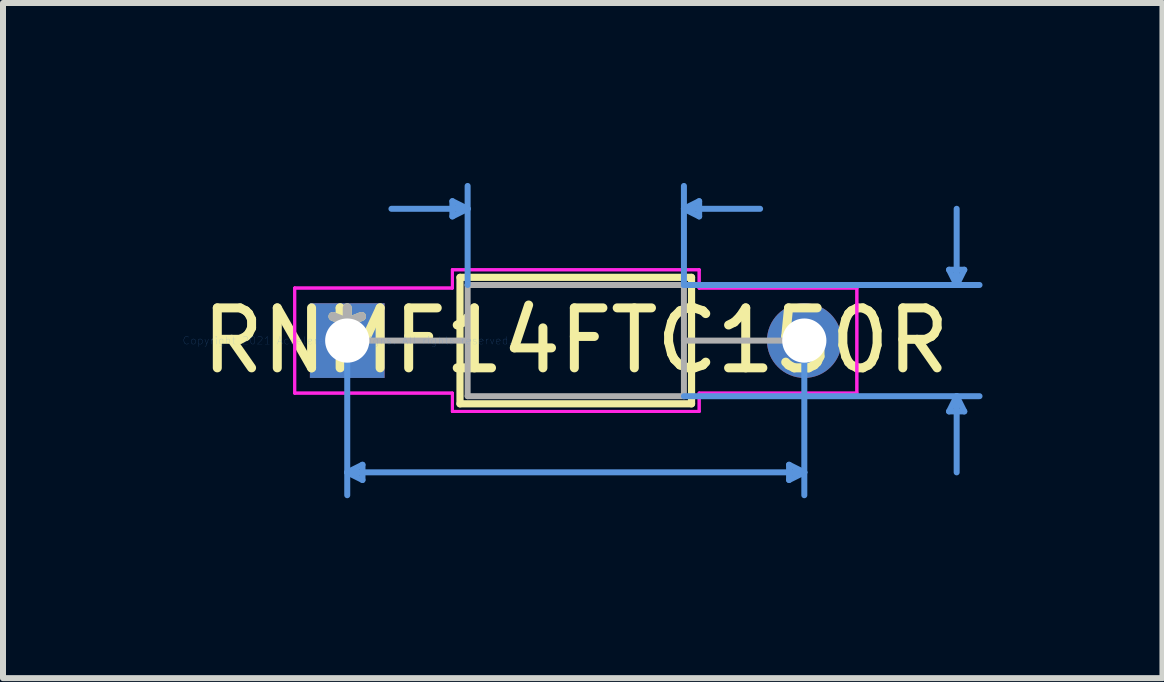
<source format=kicad_pcb>
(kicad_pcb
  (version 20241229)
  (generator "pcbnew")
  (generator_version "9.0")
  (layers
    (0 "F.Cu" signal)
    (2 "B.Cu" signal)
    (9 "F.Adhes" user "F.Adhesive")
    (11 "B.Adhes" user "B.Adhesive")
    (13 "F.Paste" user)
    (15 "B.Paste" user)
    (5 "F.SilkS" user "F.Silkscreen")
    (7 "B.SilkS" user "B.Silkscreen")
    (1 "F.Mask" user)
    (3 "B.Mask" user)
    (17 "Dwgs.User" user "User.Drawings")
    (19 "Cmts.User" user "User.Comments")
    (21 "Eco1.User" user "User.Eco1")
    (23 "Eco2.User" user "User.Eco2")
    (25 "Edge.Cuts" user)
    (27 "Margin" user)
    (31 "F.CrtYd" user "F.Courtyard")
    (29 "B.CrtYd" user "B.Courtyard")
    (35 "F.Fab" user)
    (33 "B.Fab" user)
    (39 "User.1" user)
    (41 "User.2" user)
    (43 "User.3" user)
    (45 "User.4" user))
  (footprint "RNMF14FTC150R"
    (layer "F.Cu")
    (at 2.739 2.628)
    (property "Reference" "RNMF14FTC150R" (at 3.81 0 0) (layer "F.SilkS") (effects (font (size 1 1) (thickness 0.15))))
    (attr through_hole)
    (fp_line (start 1.88 -1.054) (end 1.88 1.054) (stroke (width 0.12) (type solid)) (layer "F.SilkS"))
    (fp_line (start 1.88 1.054) (end 5.74 1.054) (stroke (width 0.12) (type solid)) (layer "F.SilkS"))
    (fp_line (start 5.74 -1.054) (end 1.88 -1.054) (stroke (width 0.12) (type solid)) (layer "F.SilkS"))
    (fp_line (start 5.74 1.054) (end 5.74 -1.054) (stroke (width 0.12) (type solid)) (layer "F.SilkS"))
    (fp_line (start 0 0) (end 0 2.578) (stroke (width 0.1) (type solid)) (layer "Cmts.User"))
    (fp_line (start 0 2.197) (end 0.254 2.07) (stroke (width 0.1) (type solid)) (layer "Cmts.User"))
    (fp_line (start 0 2.197) (end 0.254 2.324) (stroke (width 0.1) (type solid)) (layer "Cmts.User"))
    (fp_line (start 0 2.197) (end 7.62 2.197) (stroke (width 0.1) (type solid)) (layer "Cmts.User"))
    (fp_line (start 0.254 2.07) (end 0.254 2.324) (stroke (width 0.1) (type solid)) (layer "Cmts.User"))
    (fp_line (start 1.753 -2.324) (end 1.753 -2.07) (stroke (width 0.1) (type solid)) (layer "Cmts.User"))
    (fp_line (start 2.007 -2.197) (end 0.737 -2.197) (stroke (width 0.1) (type solid)) (layer "Cmts.User"))
    (fp_line (start 2.007 -2.197) (end 1.753 -2.324) (stroke (width 0.1) (type solid)) (layer "Cmts.User"))
    (fp_line (start 2.007 -2.197) (end 1.753 -2.07) (stroke (width 0.1) (type solid)) (layer "Cmts.User"))
    (fp_line (start 2.007 -0.927) (end 2.007 -2.578) (stroke (width 0.1) (type solid)) (layer "Cmts.User"))
    (fp_line (start 5.613 -2.197) (end 5.867 -2.324) (stroke (width 0.1) (type solid)) (layer "Cmts.User"))
    (fp_line (start 5.613 -2.197) (end 5.867 -2.07) (stroke (width 0.1) (type solid)) (layer "Cmts.User"))
    (fp_line (start 5.613 -2.197) (end 6.883 -2.197) (stroke (width 0.1) (type solid)) (layer "Cmts.User"))
    (fp_line (start 5.613 -0.927) (end 5.613 -2.578) (stroke (width 0.1) (type solid)) (layer "Cmts.User"))
    (fp_line (start 5.613 -0.927) (end 10.541 -0.927) (stroke (width 0.1) (type solid)) (layer "Cmts.User"))
    (fp_line (start 5.613 0.927) (end 10.541 0.927) (stroke (width 0.1) (type solid)) (layer "Cmts.User"))
    (fp_line (start 5.867 -2.324) (end 5.867 -2.07) (stroke (width 0.1) (type solid)) (layer "Cmts.User"))
    (fp_line (start 7.366 2.07) (end 7.366 2.324) (stroke (width 0.1) (type solid)) (layer "Cmts.User"))
    (fp_line (start 7.62 0) (end 7.62 2.578) (stroke (width 0.1) (type solid)) (layer "Cmts.User"))
    (fp_line (start 7.62 2.197) (end 7.366 2.07) (stroke (width 0.1) (type solid)) (layer "Cmts.User"))
    (fp_line (start 7.62 2.197) (end 7.366 2.324) (stroke (width 0.1) (type solid)) (layer "Cmts.User"))
    (fp_line (start 10.033 -1.181) (end 10.287 -1.181) (stroke (width 0.1) (type solid)) (layer "Cmts.User"))
    (fp_line (start 10.033 1.181) (end 10.287 1.181) (stroke (width 0.1) (type solid)) (layer "Cmts.User"))
    (fp_line (start 10.16 -0.927) (end 10.033 -1.181) (stroke (width 0.1) (type solid)) (layer "Cmts.User"))
    (fp_line (start 10.16 -0.927) (end 10.16 -2.197) (stroke (width 0.1) (type solid)) (layer "Cmts.User"))
    (fp_line (start 10.16 -0.927) (end 10.287 -1.181) (stroke (width 0.1) (type solid)) (layer "Cmts.User"))
    (fp_line (start 10.16 0.927) (end 10.033 1.181) (stroke (width 0.1) (type solid)) (layer "Cmts.User"))
    (fp_line (start 10.16 0.927) (end 10.16 2.197) (stroke (width 0.1) (type solid)) (layer "Cmts.User"))
    (fp_line (start 10.16 0.927) (end 10.287 1.181) (stroke (width 0.1) (type solid)) (layer "Cmts.User"))
    (fp_line (start -0.876 -0.876) (end 1.753 -0.876) (stroke (width 0.05) (type solid)) (layer "F.CrtYd"))
    (fp_line (start -0.876 -0.876) (end 1.753 -0.876) (stroke (width 0.05) (type solid)) (layer "F.CrtYd"))
    (fp_line (start -0.876 0.876) (end -0.876 -0.876) (stroke (width 0.05) (type solid)) (layer "F.CrtYd"))
    (fp_line (start -0.876 0.876) (end -0.876 -0.876) (stroke (width 0.05) (type solid)) (layer "F.CrtYd"))
    (fp_line (start 1.753 -1.181) (end 5.867 -1.181) (stroke (width 0.05) (type solid)) (layer "F.CrtYd"))
    (fp_line (start 1.753 -1.181) (end 5.867 -1.181) (stroke (width 0.05) (type solid)) (layer "F.CrtYd"))
    (fp_line (start 1.753 -0.876) (end 1.753 -1.181) (stroke (width 0.05) (type solid)) (layer "F.CrtYd"))
    (fp_line (start 1.753 -0.876) (end 1.753 -1.181) (stroke (width 0.05) (type solid)) (layer "F.CrtYd"))
    (fp_line (start 1.753 0.876) (end -0.876 0.876) (stroke (width 0.05) (type solid)) (layer "F.CrtYd"))
    (fp_line (start 1.753 0.876) (end -0.876 0.876) (stroke (width 0.05) (type solid)) (layer "F.CrtYd"))
    (fp_line (start 1.753 1.181) (end 1.753 0.876) (stroke (width 0.05) (type solid)) (layer "F.CrtYd"))
    (fp_line (start 1.753 1.181) (end 1.753 0.876) (stroke (width 0.05) (type solid)) (layer "F.CrtYd"))
    (fp_line (start 5.867 -1.181) (end 5.867 -0.876) (stroke (width 0.05) (type solid)) (layer "F.CrtYd"))
    (fp_line (start 5.867 -1.181) (end 5.867 -0.876) (stroke (width 0.05) (type solid)) (layer "F.CrtYd"))
    (fp_line (start 5.867 -0.876) (end 8.496 -0.876) (stroke (width 0.05) (type solid)) (layer "F.CrtYd"))
    (fp_line (start 5.867 -0.876) (end 8.496 -0.876) (stroke (width 0.05) (type solid)) (layer "F.CrtYd"))
    (fp_line (start 5.867 0.876) (end 5.867 1.181) (stroke (width 0.05) (type solid)) (layer "F.CrtYd"))
    (fp_line (start 5.867 0.876) (end 5.867 1.181) (stroke (width 0.05) (type solid)) (layer "F.CrtYd"))
    (fp_line (start 5.867 1.181) (end 1.753 1.181) (stroke (width 0.05) (type solid)) (layer "F.CrtYd"))
    (fp_line (start 5.867 1.181) (end 1.753 1.181) (stroke (width 0.05) (type solid)) (layer "F.CrtYd"))
    (fp_line (start 8.496 -0.876) (end 8.496 0.876) (stroke (width 0.05) (type solid)) (layer "F.CrtYd"))
    (fp_line (start 8.496 -0.876) (end 8.496 0.876) (stroke (width 0.05) (type solid)) (layer "F.CrtYd"))
    (fp_line (start 8.496 0.876) (end 5.867 0.876) (stroke (width 0.05) (type solid)) (layer "F.CrtYd"))
    (fp_line (start 8.496 0.876) (end 5.867 0.876) (stroke (width 0.05) (type solid)) (layer "F.CrtYd"))
    (fp_line (start 0 0) (end 2.007 0) (stroke (width 0.1) (type solid)) (layer "F.Fab"))
    (fp_line (start 2.007 -0.927) (end 2.007 0.927) (stroke (width 0.1) (type solid)) (layer "F.Fab"))
    (fp_line (start 2.007 0.927) (end 5.613 0.927) (stroke (width 0.1) (type solid)) (layer "F.Fab"))
    (fp_line (start 5.613 -0.927) (end 2.007 -0.927) (stroke (width 0.1) (type solid)) (layer "F.Fab"))
    (fp_line (start 5.613 0.927) (end 5.613 -0.927) (stroke (width 0.1) (type solid)) (layer "F.Fab"))
    (fp_line (start 7.62 0) (end 5.613 0) (stroke (width 0.1) (type solid)) (layer "F.Fab"))
    (fp_text user "*" (at 0 0 0) (layer "F.SilkS") (effects (font (size 1 1) (thickness 0.15))))
    (fp_text user "Copyright 2021 Accelerated Designs. All rights reserved." (at 0 0 0) (layer "Cmts.User") (effects (font (size 0.127 0.127) (thickness 0.002))))
    (fp_text user "*" (at 0 0 0) (layer "F.Fab") (effects (font (size 1 1) (thickness 0.15))))
    (pad "1" thru_hole rect (at 0 0) (size 1.245 1.245) (drill 0.737) (layers "*.Cu" "*.Mask"))
    (pad "2" thru_hole circle (at 7.62 0) (size 1.245 1.245) (drill 0.737) (layers "*.Cu" "*.Mask")))
  (gr_rect
    (start -3 -3)
    (end 16.33 8.256)
    (stroke (width 0.1) (type default))
    (fill no)
    (layer "Edge.Cuts")))
</source>
